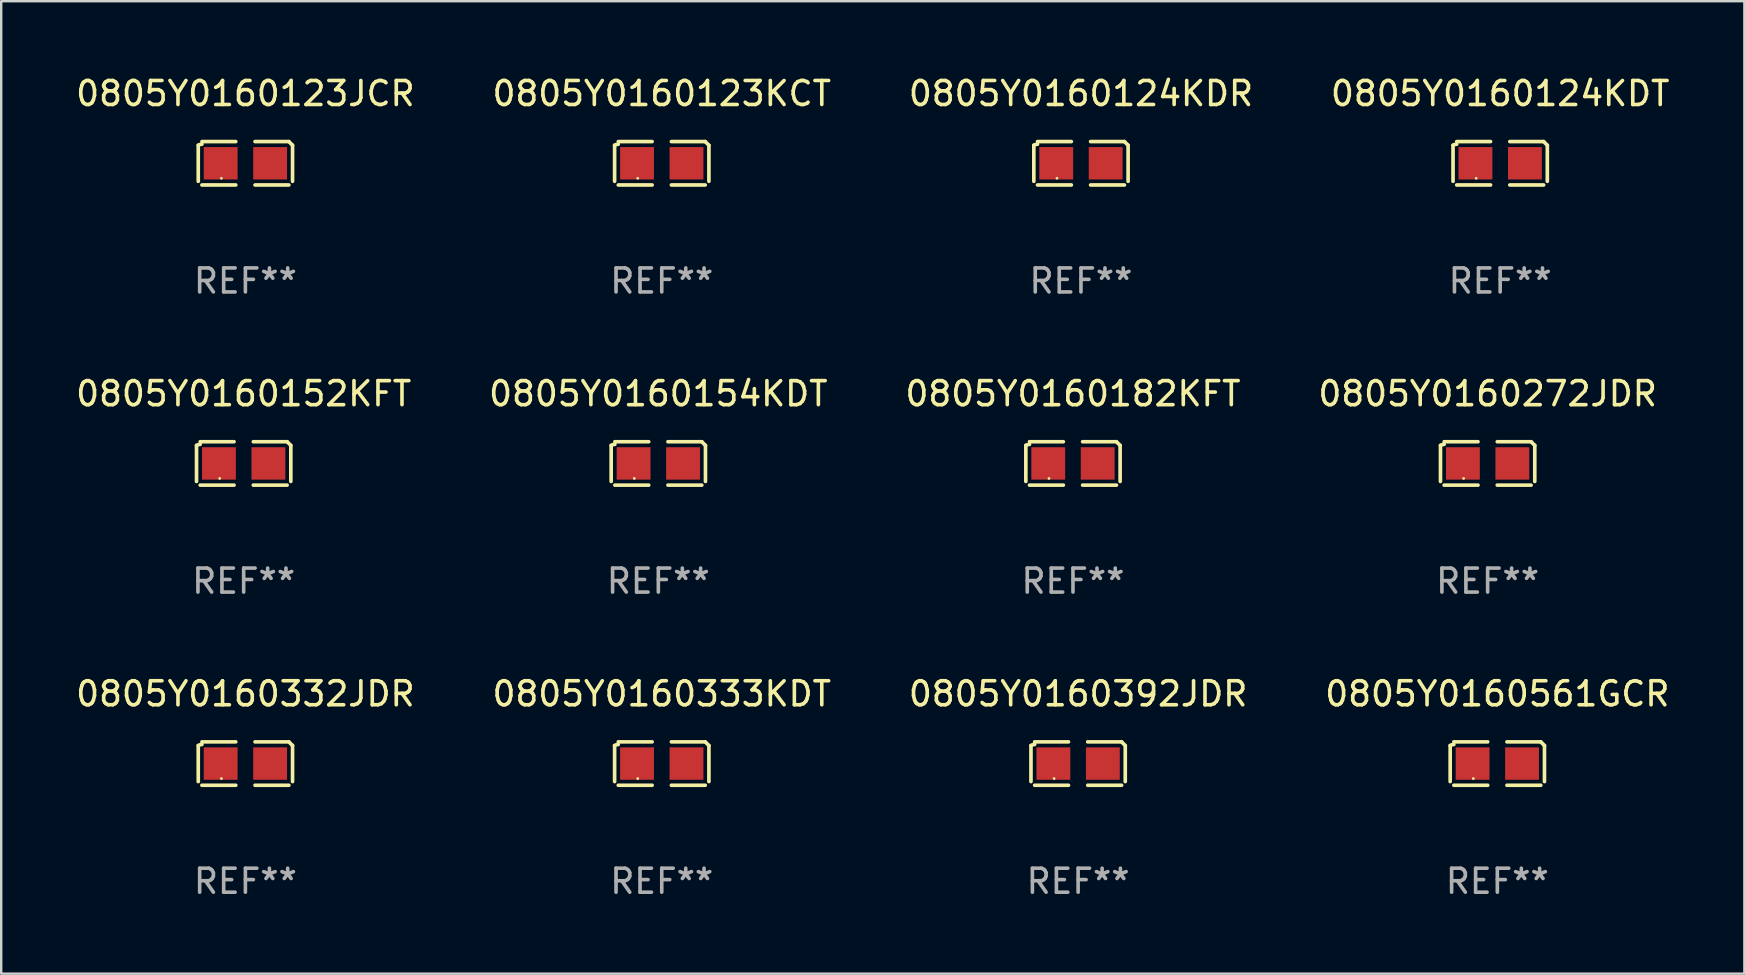
<source format=kicad_pcb>
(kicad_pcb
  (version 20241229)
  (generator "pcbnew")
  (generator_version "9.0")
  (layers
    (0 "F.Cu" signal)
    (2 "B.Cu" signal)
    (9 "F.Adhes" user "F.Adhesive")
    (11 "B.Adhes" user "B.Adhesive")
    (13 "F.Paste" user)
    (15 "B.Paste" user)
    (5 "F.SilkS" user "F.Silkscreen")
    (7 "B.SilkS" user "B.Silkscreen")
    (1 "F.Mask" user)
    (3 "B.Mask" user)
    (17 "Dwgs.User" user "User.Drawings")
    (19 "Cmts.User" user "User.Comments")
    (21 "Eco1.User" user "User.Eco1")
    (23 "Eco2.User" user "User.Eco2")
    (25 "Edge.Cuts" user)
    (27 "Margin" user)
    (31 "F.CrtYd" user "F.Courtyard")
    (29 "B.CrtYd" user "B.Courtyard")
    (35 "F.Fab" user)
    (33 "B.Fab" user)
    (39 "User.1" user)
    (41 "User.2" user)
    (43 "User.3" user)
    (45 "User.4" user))
  (footprint "0805Y0160272JDR"
    (layer "F.Cu")
    (at 58.923 16.256)
    (property "Reference" "0805Y0160272JDR" (at 0 -2.904 0) (layer "F.SilkS") (effects (font (size 1 1) (thickness 0.15))))
    (attr through_hole)
    (fp_line (start -1.964 0.751) (end -1.964 -0.751) (stroke (width 0.152) (type solid)) (layer "F.SilkS"))
    (fp_line (start -1.811 -0.904) (end -0.401 -0.904) (stroke (width 0.152) (type solid)) (layer "F.SilkS"))
    (fp_line (start -0.401 0.904) (end -1.811 0.904) (stroke (width 0.152) (type solid)) (layer "F.SilkS"))
    (fp_line (start 0.401 0.904) (end 1.811 0.904) (stroke (width 0.152) (type solid)) (layer "F.SilkS"))
    (fp_line (start 1.811 -0.904) (end 0.401 -0.904) (stroke (width 0.152) (type solid)) (layer "F.SilkS"))
    (fp_line (start 1.964 0.751) (end 1.964 -0.751) (stroke (width 0.152) (type solid)) (layer "F.SilkS"))
    (fp_arc (start -1.963602 -0.751207) (mid -1.890354 -0.783131) (end -1.811201 -0.794044) (stroke (width 0.1524) (type solid)) (layer "F.SilkS"))
    (fp_arc (start 1.811202 -0.903607) (mid 1.887413 -0.827418) (end 1.963602 -0.751207) (stroke (width 0.1524) (type solid)) (layer "F.SilkS"))
    (fp_circle (center -1 0.625) (end -0.97 0.625) (stroke (width 0.06) (type solid)) (fill no) (layer "F.SilkS"))
    (fp_text user "REF**" (at 0 4.904 0) (layer "F.Fab") (effects (font (size 1 1) (thickness 0.15))))
    (pad "1" smd rect (at -1.03 0) (size 1.41 1.35) (layers "F.Cu" "F.Mask" "F.Paste"))
    (pad "2" smd rect (at 1.03 0) (size 1.41 1.35) (layers "F.Cu" "F.Mask" "F.Paste")))
  (footprint "0805Y0160124KDT"
    (layer "F.Cu")
    (at 59.446 3.752)
    (property "Reference" "0805Y0160124KDT" (at 0 -2.904 0) (layer "F.SilkS") (effects (font (size 1 1) (thickness 0.15))))
    (attr through_hole)
    (fp_line (start -1.964 0.751) (end -1.964 -0.751) (stroke (width 0.152) (type solid)) (layer "F.SilkS"))
    (fp_line (start -1.811 -0.904) (end -0.401 -0.904) (stroke (width 0.152) (type solid)) (layer "F.SilkS"))
    (fp_line (start -0.401 0.904) (end -1.811 0.904) (stroke (width 0.152) (type solid)) (layer "F.SilkS"))
    (fp_line (start 0.401 0.904) (end 1.811 0.904) (stroke (width 0.152) (type solid)) (layer "F.SilkS"))
    (fp_line (start 1.811 -0.904) (end 0.401 -0.904) (stroke (width 0.152) (type solid)) (layer "F.SilkS"))
    (fp_line (start 1.964 0.751) (end 1.964 -0.751) (stroke (width 0.152) (type solid)) (layer "F.SilkS"))
    (fp_arc (start -1.963602 -0.751207) (mid -1.890354 -0.783131) (end -1.811201 -0.794044) (stroke (width 0.1524) (type solid)) (layer "F.SilkS"))
    (fp_arc (start 1.811202 -0.903607) (mid 1.887413 -0.827418) (end 1.963602 -0.751207) (stroke (width 0.1524) (type solid)) (layer "F.SilkS"))
    (fp_circle (center -1 0.625) (end -0.97 0.625) (stroke (width 0.06) (type solid)) (fill no) (layer "F.SilkS"))
    (fp_text user "REF**" (at 0 4.904 0) (layer "F.Fab") (effects (font (size 1 1) (thickness 0.15))))
    (pad "1" smd rect (at -1.03 0) (size 1.41 1.35) (layers "F.Cu" "F.Mask" "F.Paste"))
    (pad "2" smd rect (at 1.03 0) (size 1.41 1.35) (layers "F.Cu" "F.Mask" "F.Paste")))
  (footprint "0805Y0160152KFT"
    (layer "F.Cu")
    (at 7.101 16.256)
    (property "Reference" "0805Y0160152KFT" (at 0 -2.904 0) (layer "F.SilkS") (effects (font (size 1 1) (thickness 0.15))))
    (attr through_hole)
    (fp_line (start -1.964 0.751) (end -1.964 -0.751) (stroke (width 0.152) (type solid)) (layer "F.SilkS"))
    (fp_line (start -1.811 -0.904) (end -0.401 -0.904) (stroke (width 0.152) (type solid)) (layer "F.SilkS"))
    (fp_line (start -0.401 0.904) (end -1.811 0.904) (stroke (width 0.152) (type solid)) (layer "F.SilkS"))
    (fp_line (start 0.401 0.904) (end 1.811 0.904) (stroke (width 0.152) (type solid)) (layer "F.SilkS"))
    (fp_line (start 1.811 -0.904) (end 0.401 -0.904) (stroke (width 0.152) (type solid)) (layer "F.SilkS"))
    (fp_line (start 1.964 0.751) (end 1.964 -0.751) (stroke (width 0.152) (type solid)) (layer "F.SilkS"))
    (fp_arc (start -1.963602 -0.751207) (mid -1.890354 -0.783131) (end -1.811201 -0.794044) (stroke (width 0.1524) (type solid)) (layer "F.SilkS"))
    (fp_arc (start 1.811202 -0.903607) (mid 1.887413 -0.827418) (end 1.963602 -0.751207) (stroke (width 0.1524) (type solid)) (layer "F.SilkS"))
    (fp_circle (center -1 0.625) (end -0.97 0.625) (stroke (width 0.06) (type solid)) (fill no) (layer "F.SilkS"))
    (fp_text user "REF**" (at 0 4.904 0) (layer "F.Fab") (effects (font (size 1 1) (thickness 0.15))))
    (pad "1" smd rect (at -1.03 0) (size 1.41 1.35) (layers "F.Cu" "F.Mask" "F.Paste"))
    (pad "2" smd rect (at 1.03 0) (size 1.41 1.35) (layers "F.Cu" "F.Mask" "F.Paste")))
  (footprint "0805Y0160333KDT"
    (layer "F.Cu")
    (at 24.518 28.759)
    (property "Reference" "0805Y0160333KDT" (at 0 -2.904 0) (layer "F.SilkS") (effects (font (size 1 1) (thickness 0.15))))
    (attr through_hole)
    (fp_line (start -1.964 0.751) (end -1.964 -0.751) (stroke (width 0.152) (type solid)) (layer "F.SilkS"))
    (fp_line (start -1.811 -0.904) (end -0.401 -0.904) (stroke (width 0.152) (type solid)) (layer "F.SilkS"))
    (fp_line (start -0.401 0.904) (end -1.811 0.904) (stroke (width 0.152) (type solid)) (layer "F.SilkS"))
    (fp_line (start 0.401 0.904) (end 1.811 0.904) (stroke (width 0.152) (type solid)) (layer "F.SilkS"))
    (fp_line (start 1.811 -0.904) (end 0.401 -0.904) (stroke (width 0.152) (type solid)) (layer "F.SilkS"))
    (fp_line (start 1.964 0.751) (end 1.964 -0.751) (stroke (width 0.152) (type solid)) (layer "F.SilkS"))
    (fp_arc (start -1.963602 -0.751207) (mid -1.890354 -0.783131) (end -1.811201 -0.794044) (stroke (width 0.1524) (type solid)) (layer "F.SilkS"))
    (fp_arc (start 1.811202 -0.903607) (mid 1.887413 -0.827418) (end 1.963602 -0.751207) (stroke (width 0.1524) (type solid)) (layer "F.SilkS"))
    (fp_circle (center -1 0.625) (end -0.97 0.625) (stroke (width 0.06) (type solid)) (fill no) (layer "F.SilkS"))
    (fp_text user "REF**" (at 0 4.904 0) (layer "F.Fab") (effects (font (size 1 1) (thickness 0.15))))
    (pad "1" smd rect (at -1.03 0) (size 1.41 1.35) (layers "F.Cu" "F.Mask" "F.Paste"))
    (pad "2" smd rect (at 1.03 0) (size 1.41 1.35) (layers "F.Cu" "F.Mask" "F.Paste")))
  (footprint "0805Y0160154KDT"
    (layer "F.Cu")
    (at 24.375 16.256)
    (property "Reference" "0805Y0160154KDT" (at 0 -2.904 0) (layer "F.SilkS") (effects (font (size 1 1) (thickness 0.15))))
    (attr through_hole)
    (fp_line (start -1.964 0.751) (end -1.964 -0.751) (stroke (width 0.152) (type solid)) (layer "F.SilkS"))
    (fp_line (start -1.811 -0.904) (end -0.401 -0.904) (stroke (width 0.152) (type solid)) (layer "F.SilkS"))
    (fp_line (start -0.401 0.904) (end -1.811 0.904) (stroke (width 0.152) (type solid)) (layer "F.SilkS"))
    (fp_line (start 0.401 0.904) (end 1.811 0.904) (stroke (width 0.152) (type solid)) (layer "F.SilkS"))
    (fp_line (start 1.811 -0.904) (end 0.401 -0.904) (stroke (width 0.152) (type solid)) (layer "F.SilkS"))
    (fp_line (start 1.964 0.751) (end 1.964 -0.751) (stroke (width 0.152) (type solid)) (layer "F.SilkS"))
    (fp_arc (start -1.963602 -0.751207) (mid -1.890354 -0.783131) (end -1.811201 -0.794044) (stroke (width 0.1524) (type solid)) (layer "F.SilkS"))
    (fp_arc (start 1.811202 -0.903607) (mid 1.887413 -0.827418) (end 1.963602 -0.751207) (stroke (width 0.1524) (type solid)) (layer "F.SilkS"))
    (fp_circle (center -1 0.625) (end -0.97 0.625) (stroke (width 0.06) (type solid)) (fill no) (layer "F.SilkS"))
    (fp_text user "REF**" (at 0 4.904 0) (layer "F.Fab") (effects (font (size 1 1) (thickness 0.15))))
    (pad "1" smd rect (at -1.03 0) (size 1.41 1.35) (layers "F.Cu" "F.Mask" "F.Paste"))
    (pad "2" smd rect (at 1.03 0) (size 1.41 1.35) (layers "F.Cu" "F.Mask" "F.Paste")))
  (footprint "0805Y0160123JCR"
    (layer "F.Cu")
    (at 7.173 3.752)
    (property "Reference" "0805Y0160123JCR" (at 0 -2.904 0) (layer "F.SilkS") (effects (font (size 1 1) (thickness 0.15))))
    (attr through_hole)
    (fp_line (start -1.964 0.751) (end -1.964 -0.751) (stroke (width 0.152) (type solid)) (layer "F.SilkS"))
    (fp_line (start -1.811 -0.904) (end -0.401 -0.904) (stroke (width 0.152) (type solid)) (layer "F.SilkS"))
    (fp_line (start -0.401 0.904) (end -1.811 0.904) (stroke (width 0.152) (type solid)) (layer "F.SilkS"))
    (fp_line (start 0.401 0.904) (end 1.811 0.904) (stroke (width 0.152) (type solid)) (layer "F.SilkS"))
    (fp_line (start 1.811 -0.904) (end 0.401 -0.904) (stroke (width 0.152) (type solid)) (layer "F.SilkS"))
    (fp_line (start 1.964 0.751) (end 1.964 -0.751) (stroke (width 0.152) (type solid)) (layer "F.SilkS"))
    (fp_arc (start -1.963602 -0.751207) (mid -1.890354 -0.783131) (end -1.811201 -0.794044) (stroke (width 0.1524) (type solid)) (layer "F.SilkS"))
    (fp_arc (start 1.811202 -0.903607) (mid 1.887413 -0.827418) (end 1.963602 -0.751207) (stroke (width 0.1524) (type solid)) (layer "F.SilkS"))
    (fp_circle (center -1 0.625) (end -0.97 0.625) (stroke (width 0.06) (type solid)) (fill no) (layer "F.SilkS"))
    (fp_text user "REF**" (at 0 4.904 0) (layer "F.Fab") (effects (font (size 1 1) (thickness 0.15))))
    (pad "1" smd rect (at -1.03 0) (size 1.41 1.35) (layers "F.Cu" "F.Mask" "F.Paste"))
    (pad "2" smd rect (at 1.03 0) (size 1.41 1.35) (layers "F.Cu" "F.Mask" "F.Paste")))
  (footprint "0805Y0160561GCR"
    (layer "F.Cu")
    (at 59.327 28.759)
    (property "Reference" "0805Y0160561GCR" (at 0 -2.904 0) (layer "F.SilkS") (effects (font (size 1 1) (thickness 0.15))))
    (attr through_hole)
    (fp_line (start -1.964 0.751) (end -1.964 -0.751) (stroke (width 0.152) (type solid)) (layer "F.SilkS"))
    (fp_line (start -1.811 -0.904) (end -0.401 -0.904) (stroke (width 0.152) (type solid)) (layer "F.SilkS"))
    (fp_line (start -0.401 0.904) (end -1.811 0.904) (stroke (width 0.152) (type solid)) (layer "F.SilkS"))
    (fp_line (start 0.401 0.904) (end 1.811 0.904) (stroke (width 0.152) (type solid)) (layer "F.SilkS"))
    (fp_line (start 1.811 -0.904) (end 0.401 -0.904) (stroke (width 0.152) (type solid)) (layer "F.SilkS"))
    (fp_line (start 1.964 0.751) (end 1.964 -0.751) (stroke (width 0.152) (type solid)) (layer "F.SilkS"))
    (fp_arc (start -1.963602 -0.751207) (mid -1.890354 -0.783131) (end -1.811201 -0.794044) (stroke (width 0.1524) (type solid)) (layer "F.SilkS"))
    (fp_arc (start 1.811202 -0.903607) (mid 1.887413 -0.827418) (end 1.963602 -0.751207) (stroke (width 0.1524) (type solid)) (layer "F.SilkS"))
    (fp_circle (center -1 0.625) (end -0.97 0.625) (stroke (width 0.06) (type solid)) (fill no) (layer "F.SilkS"))
    (fp_text user "REF**" (at 0 4.904 0) (layer "F.Fab") (effects (font (size 1 1) (thickness 0.15))))
    (pad "1" smd rect (at -1.03 0) (size 1.41 1.35) (layers "F.Cu" "F.Mask" "F.Paste"))
    (pad "2" smd rect (at 1.03 0) (size 1.41 1.35) (layers "F.Cu" "F.Mask" "F.Paste")))
  (footprint "0805Y0160124KDR"
    (layer "F.Cu")
    (at 41.982 3.752)
    (property "Reference" "0805Y0160124KDR" (at 0 -2.904 0) (layer "F.SilkS") (effects (font (size 1 1) (thickness 0.15))))
    (attr through_hole)
    (fp_line (start -1.964 0.751) (end -1.964 -0.751) (stroke (width 0.152) (type solid)) (layer "F.SilkS"))
    (fp_line (start -1.811 -0.904) (end -0.401 -0.904) (stroke (width 0.152) (type solid)) (layer "F.SilkS"))
    (fp_line (start -0.401 0.904) (end -1.811 0.904) (stroke (width 0.152) (type solid)) (layer "F.SilkS"))
    (fp_line (start 0.401 0.904) (end 1.811 0.904) (stroke (width 0.152) (type solid)) (layer "F.SilkS"))
    (fp_line (start 1.811 -0.904) (end 0.401 -0.904) (stroke (width 0.152) (type solid)) (layer "F.SilkS"))
    (fp_line (start 1.964 0.751) (end 1.964 -0.751) (stroke (width 0.152) (type solid)) (layer "F.SilkS"))
    (fp_arc (start -1.963602 -0.751207) (mid -1.890354 -0.783131) (end -1.811201 -0.794044) (stroke (width 0.1524) (type solid)) (layer "F.SilkS"))
    (fp_arc (start 1.811202 -0.903607) (mid 1.887413 -0.827418) (end 1.963602 -0.751207) (stroke (width 0.1524) (type solid)) (layer "F.SilkS"))
    (fp_circle (center -1 0.625) (end -0.97 0.625) (stroke (width 0.06) (type solid)) (fill no) (layer "F.SilkS"))
    (fp_text user "REF**" (at 0 4.904 0) (layer "F.Fab") (effects (font (size 1 1) (thickness 0.15))))
    (pad "1" smd rect (at -1.03 0) (size 1.41 1.35) (layers "F.Cu" "F.Mask" "F.Paste"))
    (pad "2" smd rect (at 1.03 0) (size 1.41 1.35) (layers "F.Cu" "F.Mask" "F.Paste")))
  (footprint "0805Y0160182KFT"
    (layer "F.Cu")
    (at 41.649 16.256)
    (property "Reference" "0805Y0160182KFT" (at 0 -2.904 0) (layer "F.SilkS") (effects (font (size 1 1) (thickness 0.15))))
    (attr through_hole)
    (fp_line (start -1.964 0.751) (end -1.964 -0.751) (stroke (width 0.152) (type solid)) (layer "F.SilkS"))
    (fp_line (start -1.811 -0.904) (end -0.401 -0.904) (stroke (width 0.152) (type solid)) (layer "F.SilkS"))
    (fp_line (start -0.401 0.904) (end -1.811 0.904) (stroke (width 0.152) (type solid)) (layer "F.SilkS"))
    (fp_line (start 0.401 0.904) (end 1.811 0.904) (stroke (width 0.152) (type solid)) (layer "F.SilkS"))
    (fp_line (start 1.811 -0.904) (end 0.401 -0.904) (stroke (width 0.152) (type solid)) (layer "F.SilkS"))
    (fp_line (start 1.964 0.751) (end 1.964 -0.751) (stroke (width 0.152) (type solid)) (layer "F.SilkS"))
    (fp_arc (start -1.963602 -0.751207) (mid -1.890354 -0.783131) (end -1.811201 -0.794044) (stroke (width 0.1524) (type solid)) (layer "F.SilkS"))
    (fp_arc (start 1.811202 -0.903607) (mid 1.887413 -0.827418) (end 1.963602 -0.751207) (stroke (width 0.1524) (type solid)) (layer "F.SilkS"))
    (fp_circle (center -1 0.625) (end -0.97 0.625) (stroke (width 0.06) (type solid)) (fill no) (layer "F.SilkS"))
    (fp_text user "REF**" (at 0 4.904 0) (layer "F.Fab") (effects (font (size 1 1) (thickness 0.15))))
    (pad "1" smd rect (at -1.03 0) (size 1.41 1.35) (layers "F.Cu" "F.Mask" "F.Paste"))
    (pad "2" smd rect (at 1.03 0) (size 1.41 1.35) (layers "F.Cu" "F.Mask" "F.Paste")))
  (footprint "0805Y0160392JDR"
    (layer "F.Cu")
    (at 41.863 28.759)
    (property "Reference" "0805Y0160392JDR" (at 0 -2.904 0) (layer "F.SilkS") (effects (font (size 1 1) (thickness 0.15))))
    (attr through_hole)
    (fp_line (start -1.964 0.751) (end -1.964 -0.751) (stroke (width 0.152) (type solid)) (layer "F.SilkS"))
    (fp_line (start -1.811 -0.904) (end -0.401 -0.904) (stroke (width 0.152) (type solid)) (layer "F.SilkS"))
    (fp_line (start -0.401 0.904) (end -1.811 0.904) (stroke (width 0.152) (type solid)) (layer "F.SilkS"))
    (fp_line (start 0.401 0.904) (end 1.811 0.904) (stroke (width 0.152) (type solid)) (layer "F.SilkS"))
    (fp_line (start 1.811 -0.904) (end 0.401 -0.904) (stroke (width 0.152) (type solid)) (layer "F.SilkS"))
    (fp_line (start 1.964 0.751) (end 1.964 -0.751) (stroke (width 0.152) (type solid)) (layer "F.SilkS"))
    (fp_arc (start -1.963602 -0.751207) (mid -1.890354 -0.783131) (end -1.811201 -0.794044) (stroke (width 0.1524) (type solid)) (layer "F.SilkS"))
    (fp_arc (start 1.811202 -0.903607) (mid 1.887413 -0.827418) (end 1.963602 -0.751207) (stroke (width 0.1524) (type solid)) (layer "F.SilkS"))
    (fp_circle (center -1 0.625) (end -0.97 0.625) (stroke (width 0.06) (type solid)) (fill no) (layer "F.SilkS"))
    (fp_text user "REF**" (at 0 4.904 0) (layer "F.Fab") (effects (font (size 1 1) (thickness 0.15))))
    (pad "1" smd rect (at -1.03 0) (size 1.41 1.35) (layers "F.Cu" "F.Mask" "F.Paste"))
    (pad "2" smd rect (at 1.03 0) (size 1.41 1.35) (layers "F.Cu" "F.Mask" "F.Paste")))
  (footprint "0805Y0160332JDR"
    (layer "F.Cu")
    (at 7.173 28.759)
    (property "Reference" "0805Y0160332JDR" (at 0 -2.904 0) (layer "F.SilkS") (effects (font (size 1 1) (thickness 0.15))))
    (attr through_hole)
    (fp_line (start -1.964 0.751) (end -1.964 -0.751) (stroke (width 0.152) (type solid)) (layer "F.SilkS"))
    (fp_line (start -1.811 -0.904) (end -0.401 -0.904) (stroke (width 0.152) (type solid)) (layer "F.SilkS"))
    (fp_line (start -0.401 0.904) (end -1.811 0.904) (stroke (width 0.152) (type solid)) (layer "F.SilkS"))
    (fp_line (start 0.401 0.904) (end 1.811 0.904) (stroke (width 0.152) (type solid)) (layer "F.SilkS"))
    (fp_line (start 1.811 -0.904) (end 0.401 -0.904) (stroke (width 0.152) (type solid)) (layer "F.SilkS"))
    (fp_line (start 1.964 0.751) (end 1.964 -0.751) (stroke (width 0.152) (type solid)) (layer "F.SilkS"))
    (fp_arc (start -1.963602 -0.751207) (mid -1.890354 -0.783131) (end -1.811201 -0.794044) (stroke (width 0.1524) (type solid)) (layer "F.SilkS"))
    (fp_arc (start 1.811202 -0.903607) (mid 1.887413 -0.827418) (end 1.963602 -0.751207) (stroke (width 0.1524) (type solid)) (layer "F.SilkS"))
    (fp_circle (center -1 0.625) (end -0.97 0.625) (stroke (width 0.06) (type solid)) (fill no) (layer "F.SilkS"))
    (fp_text user "REF**" (at 0 4.904 0) (layer "F.Fab") (effects (font (size 1 1) (thickness 0.15))))
    (pad "1" smd rect (at -1.03 0) (size 1.41 1.35) (layers "F.Cu" "F.Mask" "F.Paste"))
    (pad "2" smd rect (at 1.03 0) (size 1.41 1.35) (layers "F.Cu" "F.Mask" "F.Paste")))
  (footprint "0805Y0160123KCT"
    (layer "F.Cu")
    (at 24.518 3.752)
    (property "Reference" "0805Y0160123KCT" (at 0 -2.904 0) (layer "F.SilkS") (effects (font (size 1 1) (thickness 0.15))))
    (attr through_hole)
    (fp_line (start -1.964 0.751) (end -1.964 -0.751) (stroke (width 0.152) (type solid)) (layer "F.SilkS"))
    (fp_line (start -1.811 -0.904) (end -0.401 -0.904) (stroke (width 0.152) (type solid)) (layer "F.SilkS"))
    (fp_line (start -0.401 0.904) (end -1.811 0.904) (stroke (width 0.152) (type solid)) (layer "F.SilkS"))
    (fp_line (start 0.401 0.904) (end 1.811 0.904) (stroke (width 0.152) (type solid)) (layer "F.SilkS"))
    (fp_line (start 1.811 -0.904) (end 0.401 -0.904) (stroke (width 0.152) (type solid)) (layer "F.SilkS"))
    (fp_line (start 1.964 0.751) (end 1.964 -0.751) (stroke (width 0.152) (type solid)) (layer "F.SilkS"))
    (fp_arc (start -1.963602 -0.751207) (mid -1.890354 -0.783131) (end -1.811201 -0.794044) (stroke (width 0.1524) (type solid)) (layer "F.SilkS"))
    (fp_arc (start 1.811202 -0.903607) (mid 1.887413 -0.827418) (end 1.963602 -0.751207) (stroke (width 0.1524) (type solid)) (layer "F.SilkS"))
    (fp_circle (center -1 0.625) (end -0.97 0.625) (stroke (width 0.06) (type solid)) (fill no) (layer "F.SilkS"))
    (fp_text user "REF**" (at 0 4.904 0) (layer "F.Fab") (effects (font (size 1 1) (thickness 0.15))))
    (pad "1" smd rect (at -1.03 0) (size 1.41 1.35) (layers "F.Cu" "F.Mask" "F.Paste"))
    (pad "2" smd rect (at 1.03 0) (size 1.41 1.35) (layers "F.Cu" "F.Mask" "F.Paste")))
  (gr_rect
    (start -3 -3)
    (end 69.619 37.511)
    (stroke (width 0.1) (type default))
    (fill no)
    (layer "Edge.Cuts")))
</source>
